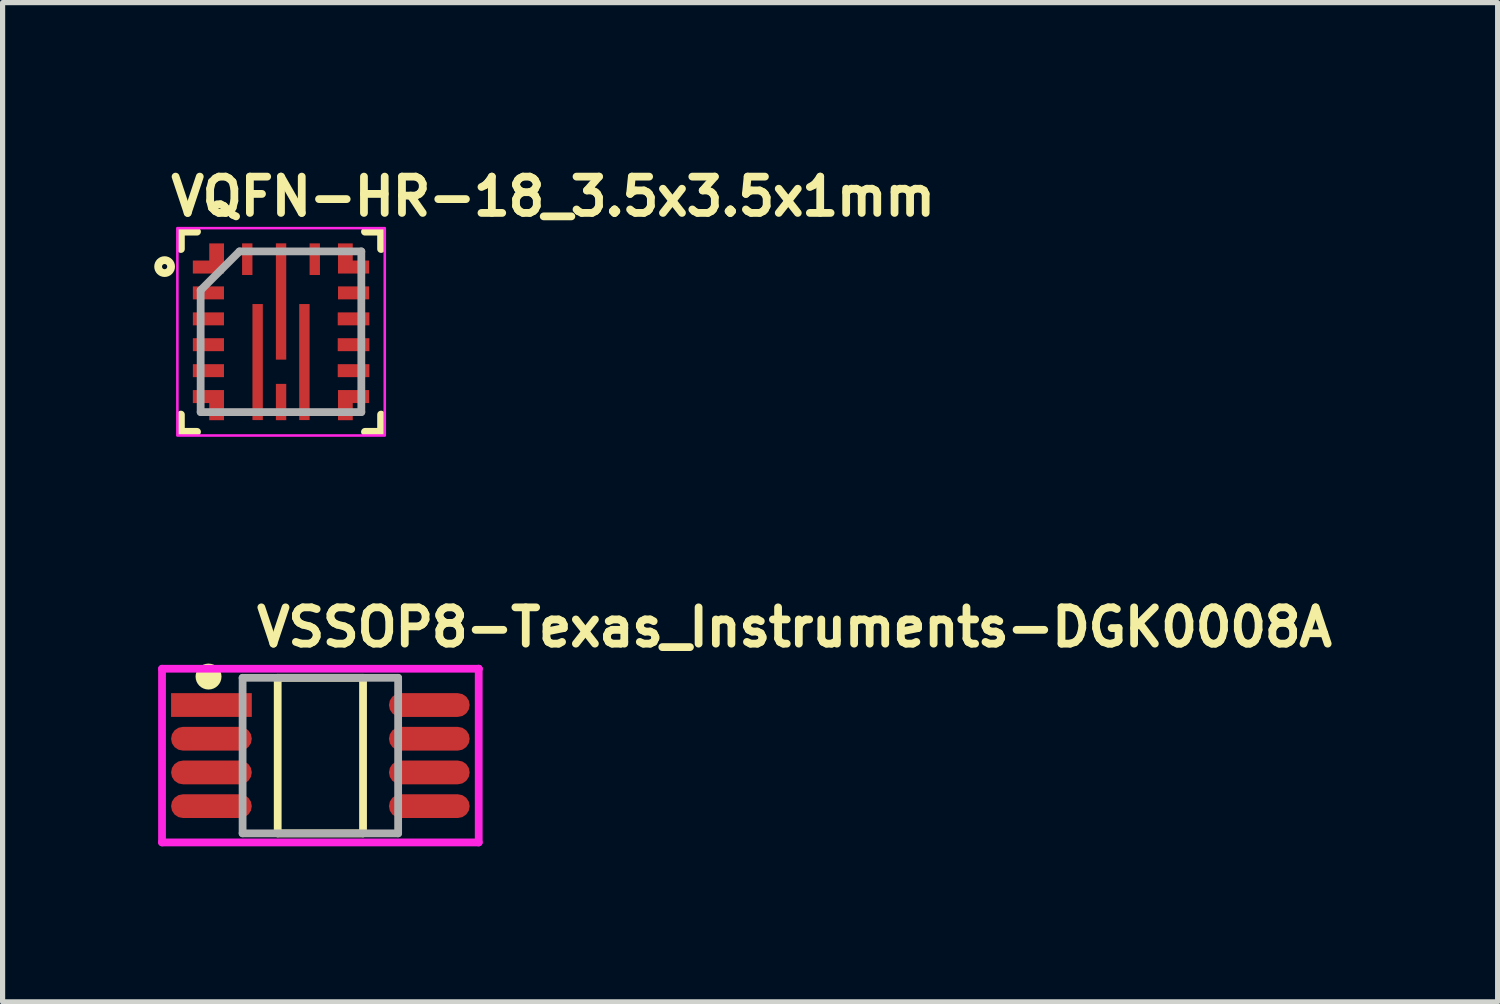
<source format=kicad_pcb>
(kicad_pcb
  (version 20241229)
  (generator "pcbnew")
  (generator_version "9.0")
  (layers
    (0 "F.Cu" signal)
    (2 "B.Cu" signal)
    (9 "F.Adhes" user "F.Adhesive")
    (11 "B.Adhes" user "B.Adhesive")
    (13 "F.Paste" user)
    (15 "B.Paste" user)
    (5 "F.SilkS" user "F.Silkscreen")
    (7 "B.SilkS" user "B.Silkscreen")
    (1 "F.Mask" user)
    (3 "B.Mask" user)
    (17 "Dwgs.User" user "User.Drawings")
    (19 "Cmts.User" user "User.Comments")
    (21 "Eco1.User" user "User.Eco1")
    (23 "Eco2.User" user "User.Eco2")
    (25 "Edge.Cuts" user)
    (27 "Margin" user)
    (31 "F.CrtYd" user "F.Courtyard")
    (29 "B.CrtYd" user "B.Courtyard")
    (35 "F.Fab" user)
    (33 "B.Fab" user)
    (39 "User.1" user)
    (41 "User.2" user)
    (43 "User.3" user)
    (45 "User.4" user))
  (footprint "VQFN-HR-18_3.5x3.5x1mm"
    (layer "F.Cu")
    (at 2.371 3.35)
    (property "Reference" "VQFN-HR-18_3.5x3.5x1mm" (at -2.2 -2.2 0) (layer "F.SilkS") (effects (font (size 0.7 0.7) (thickness 0.15)) (justify left bottom)))
    (attr smd)
    (fp_line (start -1.932 -1.932) (end -1.932 -1.597) (stroke (width 0.15) (type solid)) (layer "F.SilkS"))
    (fp_line (start -1.932 1.596) (end -1.932 1.929) (stroke (width 0.15) (type solid)) (layer "F.SilkS"))
    (fp_line (start -1.932 1.929) (end -1.621 1.929) (stroke (width 0.15) (type solid)) (layer "F.SilkS"))
    (fp_line (start -1.621 -1.932) (end -1.932 -1.932) (stroke (width 0.15) (type solid)) (layer "F.SilkS"))
    (fp_line (start 1.618 1.929) (end 1.929 1.929) (stroke (width 0.15) (type solid)) (layer "F.SilkS"))
    (fp_line (start 1.929 -1.932) (end 1.618 -1.932) (stroke (width 0.15) (type solid)) (layer "F.SilkS"))
    (fp_line (start 1.929 -1.597) (end 1.929 -1.932) (stroke (width 0.15) (type solid)) (layer "F.SilkS"))
    (fp_line (start 1.929 1.929) (end 1.929 1.596) (stroke (width 0.15) (type solid)) (layer "F.SilkS"))
    (fp_circle (center -2.246 -1.258) (end -2.196 -1.258) (stroke (width 0.15) (type solid)) (fill no) (layer "F.SilkS"))
    (fp_poly (pts (xy -0.352 0.484) (xy -0.551 0.484) (xy -0.551 -0.535) (xy -0.352 -0.535)) (stroke (width 0.001) (type solid)) (fill yes) (layer "F.Paste"))
    (fp_poly (pts (xy -0.352 1.703) (xy -0.551 1.703) (xy -0.551 0.685) (xy -0.352 0.685)) (stroke (width 0.001) (type solid)) (fill yes) (layer "F.Paste"))
    (fp_poly (pts (xy 0.099 -0.687) (xy -0.1 -0.687) (xy -0.1 -1.706) (xy 0.099 -1.706)) (stroke (width 0.001) (type solid)) (fill yes) (layer "F.Paste"))
    (fp_poly (pts (xy 0.099 0.535) (xy -0.1 0.535) (xy -0.1 -0.485) (xy 0.099 -0.485)) (stroke (width 0.001) (type solid)) (fill yes) (layer "F.Paste"))
    (fp_poly (pts (xy 0.548 0.484) (xy 0.349 0.484) (xy 0.349 -0.535) (xy 0.548 -0.535)) (stroke (width 0.001) (type solid)) (fill yes) (layer "F.Paste"))
    (fp_poly (pts (xy 0.548 1.703) (xy 0.349 1.703) (xy 0.349 0.685) (xy 0.548 0.685)) (stroke (width 0.001) (type solid)) (fill yes) (layer "F.Paste"))
    (fp_poly (pts (xy -1.103 -1.706) (xy -1.355 -1.706) (xy -1.355 -1.351) (xy -1.702 -1.351) (xy -1.702 -1.127) (xy -1.103 -1.127)) (stroke (width 0.001) (type solid)) (fill yes) (layer "F.Paste"))
    (fp_poly (pts (xy -1.101 1.705) (xy -1.355 1.703) (xy -1.355 1.348) (xy -1.7 1.35) (xy -1.7 1.124) (xy -1.101 1.124)) (stroke (width 0.001) (type solid)) (fill yes) (layer "F.Paste"))
    (fp_poly (pts (xy 1.1 -1.706) (xy 1.352 -1.706) (xy 1.352 -1.351) (xy 1.699 -1.351) (xy 1.699 -1.125) (xy 1.1 -1.125)) (stroke (width 0.001) (type solid)) (fill yes) (layer "F.Paste"))
    (fp_poly (pts (xy 1.1 1.705) (xy 1.352 1.703) (xy 1.352 1.348) (xy 1.699 1.35) (xy 1.699 1.124) (xy 1.1 1.124)) (stroke (width 0.001) (type solid)) (fill yes) (layer "F.Paste"))
    (fp_rect (start -2 -2) (end 2 2) (stroke (width 0.05) (type solid)) (fill no) (layer "F.CrtYd"))
    (fp_line (start -1.551 -0.802) (end -1.551 1.548) (stroke (width 0.15) (type solid)) (layer "F.Fab"))
    (fp_line (start -1.551 -0.802) (end -0.802 -1.551) (stroke (width 0.15) (type solid)) (layer "F.Fab"))
    (fp_line (start -1.551 1.548) (end 1.548 1.548) (stroke (width 0.15) (type solid)) (layer "F.Fab"))
    (fp_line (start 1.548 -1.551) (end -0.802 -1.551) (stroke (width 0.15) (type solid)) (layer "F.Fab"))
    (fp_line (start 1.548 1.548) (end 1.548 -1.551) (stroke (width 0.15) (type solid)) (layer "F.Fab"))
    (fp_rect (start -1.5 -1.5) (end 1.499 1.499) (stroke (width 0.1) (type solid)) (fill no) (layer "User.5"))
    (fp_line (start -1.5 -1.5) (end -1.5 1.499) (stroke (width 0.02) (type solid)) (layer "User.9"))
    (fp_line (start -1.5 1.499) (end 1.499 1.499) (stroke (width 0.02) (type solid)) (layer "User.9"))
    (fp_line (start 1.499 -1.5) (end -1.5 -1.5) (stroke (width 0.02) (type solid)) (layer "User.9"))
    (fp_line (start 1.499 1.499) (end 1.499 -1.5) (stroke (width 0.02) (type solid)) (layer "User.9"))
    (pad "1" smd custom (at -1.401 -1.25 90) (size 0.25 0.6) (layers "F.Cu" "F.Mask") (options (anchor rect)) (primitives (gr_poly (pts (xy 0.455 0.3) (xy 0.455 0.016) (xy 0.125 0.016) (xy 0.125 -0.3) (xy -0.125 -0.3) (xy -0.125 0.3)) (width 0.001) (fill yes)) (gr_poly (pts (xy 0.455 0.3) (xy 0.455 0.016) (xy 0.125 0.016) (xy 0.125 -0.3) (xy -0.125 -0.3) (xy -0.125 0.3)) (width 0.001) (fill yes))))
    (pad "2" smd rect (at -1.401 -0.751 90) (size 0.25 0.6) (layers "F.Cu" "F.Mask" "F.Paste"))
    (pad "3" smd rect (at -1.401 -0.25 90) (size 0.25 0.6) (layers "F.Cu" "F.Mask" "F.Paste"))
    (pad "4" smd rect (at -1.401 0.248 90) (size 0.25 0.6) (layers "F.Cu" "F.Mask" "F.Paste"))
    (pad "5" smd rect (at -1.401 0.749 90) (size 0.25 0.6) (layers "F.Cu" "F.Mask" "F.Paste"))
    (pad "6" smd custom (at -1.401 1.249 90) (size 0.25 0.6) (layers "F.Cu" "F.Mask" "F.Paste") (options (anchor rect)) (primitives (gr_poly (pts (xy -0.455 0.3) (xy -0.455 0.016) (xy -0.125 0.016) (xy -0.125 -0.3) (xy 0.125 -0.3) (xy 0.125 0.3)) (width 0.001) (fill yes)) (gr_poly (pts (xy -0.455 0.3) (xy -0.455 0.016) (xy -0.125 0.016) (xy -0.125 -0.3) (xy 0.125 -0.3) (xy 0.125 0.3)) (width 0.001) (fill yes))))
    (pad "7" smd rect (at -0.452 0.583) (size 0.2 2.238) (layers "F.Cu" "F.Mask"))
    (pad "8" smd rect (at 0 1.354) (size 0.2 0.7) (layers "F.Cu" "F.Mask" "F.Paste"))
    (pad "9" smd rect (at 0.45 0.583) (size 0.2 2.238) (layers "F.Cu" "F.Mask"))
    (pad "10" smd custom (at 1.398 1.249 270) (size 0.25 0.6) (layers "F.Cu" "F.Mask") (options (anchor rect)) (primitives (gr_poly (pts (xy 0.455 0.3) (xy 0.455 0.016) (xy 0.125 0.016) (xy 0.125 -0.3) (xy -0.125 -0.3) (xy -0.125 0.3)) (width 0.001) (fill yes)) (gr_poly (pts (xy 0.455 0.3) (xy 0.455 0.016) (xy 0.125 0.016) (xy 0.125 -0.3) (xy -0.125 -0.3) (xy -0.125 0.3)) (width 0.001) (fill yes))))
    (pad "11" smd rect (at 1.398 0.749 90) (size 0.25 0.61) (layers "F.Cu" "F.Mask" "F.Paste"))
    (pad "12" smd rect (at 1.398 0.248 90) (size 0.25 0.61) (layers "F.Cu" "F.Mask" "F.Paste"))
    (pad "13" smd rect (at 1.398 -0.25 90) (size 0.25 0.61) (layers "F.Cu" "F.Mask" "F.Paste"))
    (pad "14" smd rect (at 1.398 -0.751 90) (size 0.25 0.6) (layers "F.Cu" "F.Mask" "F.Paste"))
    (pad "15" smd custom (at 1.398 -1.25 270) (size 0.25 0.6) (layers "F.Cu" "F.Mask") (options (anchor rect)) (primitives (gr_poly (pts (xy -0.455 0.3) (xy -0.455 0.016) (xy -0.125 0.016) (xy -0.125 -0.3) (xy 0.125 -0.3) (xy 0.125 0.3)) (width 0.001) (fill yes)) (gr_poly (pts (xy -0.455 0.3) (xy -0.455 0.016) (xy -0.125 0.016) (xy -0.125 -0.3) (xy 0.125 -0.3) (xy 0.125 0.3)) (width 0.001) (fill yes))))
    (pad "16" smd rect (at 0.65 -1.401) (size 0.2 0.61) (layers "F.Cu" "F.Mask" "F.Paste"))
    (pad "17" smd rect (at 0 -0.585) (size 0.2 2.243) (layers "F.Cu" "F.Mask"))
    (pad "18" smd rect (at -0.652 -1.401) (size 0.2 0.61) (layers "F.Cu" "F.Mask" "F.Paste")))
  (footprint "VSSOP8-Texas_Instruments-DGK0008A"
    (layer "F.Cu")
    (at 3.129 11.523)
    (property "Reference" "VSSOP8-Texas_Instruments-DGK0008A" (at -1.304 -2.475 0) (layer "F.SilkS") (effects (font (size 0.7 0.7) (thickness 0.15)) (justify left)))
    (attr through_hole)
    (fp_line (start -0.823 -1.5) (end 0.823 -1.5) (stroke (width 0.15) (type solid)) (layer "F.SilkS"))
    (fp_line (start -0.823 1.5) (end -0.823 -1.5) (stroke (width 0.15) (type solid)) (layer "F.SilkS"))
    (fp_line (start 0.823 -1.5) (end 0.823 1.5) (stroke (width 0.15) (type solid)) (layer "F.SilkS"))
    (fp_line (start 0.823 1.5) (end -0.823 1.5) (stroke (width 0.15) (type solid)) (layer "F.SilkS"))
    (fp_circle (center -2.157 -1.524) (end -2.032 -1.524) (stroke (width 0.25) (type solid)) (fill no) (layer "F.SilkS"))
    (fp_line (start -3.054 -1.675) (end -3.054 1.675) (stroke (width 0.15) (type solid)) (layer "F.CrtYd"))
    (fp_line (start -3.054 1.675) (end 3.054 1.675) (stroke (width 0.15) (type solid)) (layer "F.CrtYd"))
    (fp_line (start 3.054 -1.675) (end -3.054 -1.675) (stroke (width 0.15) (type solid)) (layer "F.CrtYd"))
    (fp_line (start 3.054 -1.675) (end 3.054 -1.675) (stroke (width 0.15) (type solid)) (layer "F.CrtYd"))
    (fp_line (start 3.054 1.675) (end 3.054 -1.675) (stroke (width 0.15) (type solid)) (layer "F.CrtYd"))
    (fp_line (start -1.5 -1.5) (end 1.5 -1.5) (stroke (width 0.15) (type solid)) (layer "F.Fab"))
    (fp_line (start -1.5 1.5) (end -1.5 -1.5) (stroke (width 0.15) (type solid)) (layer "F.Fab"))
    (fp_line (start 1.5 -1.5) (end 1.5 1.5) (stroke (width 0.15) (type solid)) (layer "F.Fab"))
    (fp_line (start 1.5 1.5) (end -1.5 1.5) (stroke (width 0.15) (type solid)) (layer "F.Fab"))
    (pad "1" smd rect (at -2.101 -0.975) (size 1.557 0.458) (layers "F.Cu" "F.Mask" "F.Paste"))
    (pad "2" smd roundrect (at -2.101 -0.325) (size 1.557 0.458) (layers "F.Cu" "F.Mask" "F.Paste") (roundrect_rratio 0.5))
    (pad "3" smd roundrect (at -2.101 0.325) (size 1.557 0.458) (layers "F.Cu" "F.Mask" "F.Paste") (roundrect_rratio 0.5))
    (pad "4" smd roundrect (at -2.101 0.975) (size 1.557 0.458) (layers "F.Cu" "F.Mask" "F.Paste") (roundrect_rratio 0.5))
    (pad "5" smd roundrect (at 2.101 0.975) (size 1.557 0.458) (layers "F.Cu" "F.Mask" "F.Paste") (roundrect_rratio 0.5))
    (pad "6" smd roundrect (at 2.101 0.325) (size 1.557 0.458) (layers "F.Cu" "F.Mask" "F.Paste") (roundrect_rratio 0.5))
    (pad "7" smd roundrect (at 2.101 -0.325) (size 1.557 0.458) (layers "F.Cu" "F.Mask" "F.Paste") (roundrect_rratio 0.5))
    (pad "8" smd roundrect (at 2.101 -0.975) (size 1.557 0.458) (layers "F.Cu" "F.Mask" "F.Paste") (roundrect_rratio 0.5)))
  (gr_rect
    (start -3 -3)
    (end 25.835 16.273)
    (stroke (width 0.1) (type default))
    (fill no)
    (layer "Edge.Cuts")))
</source>
